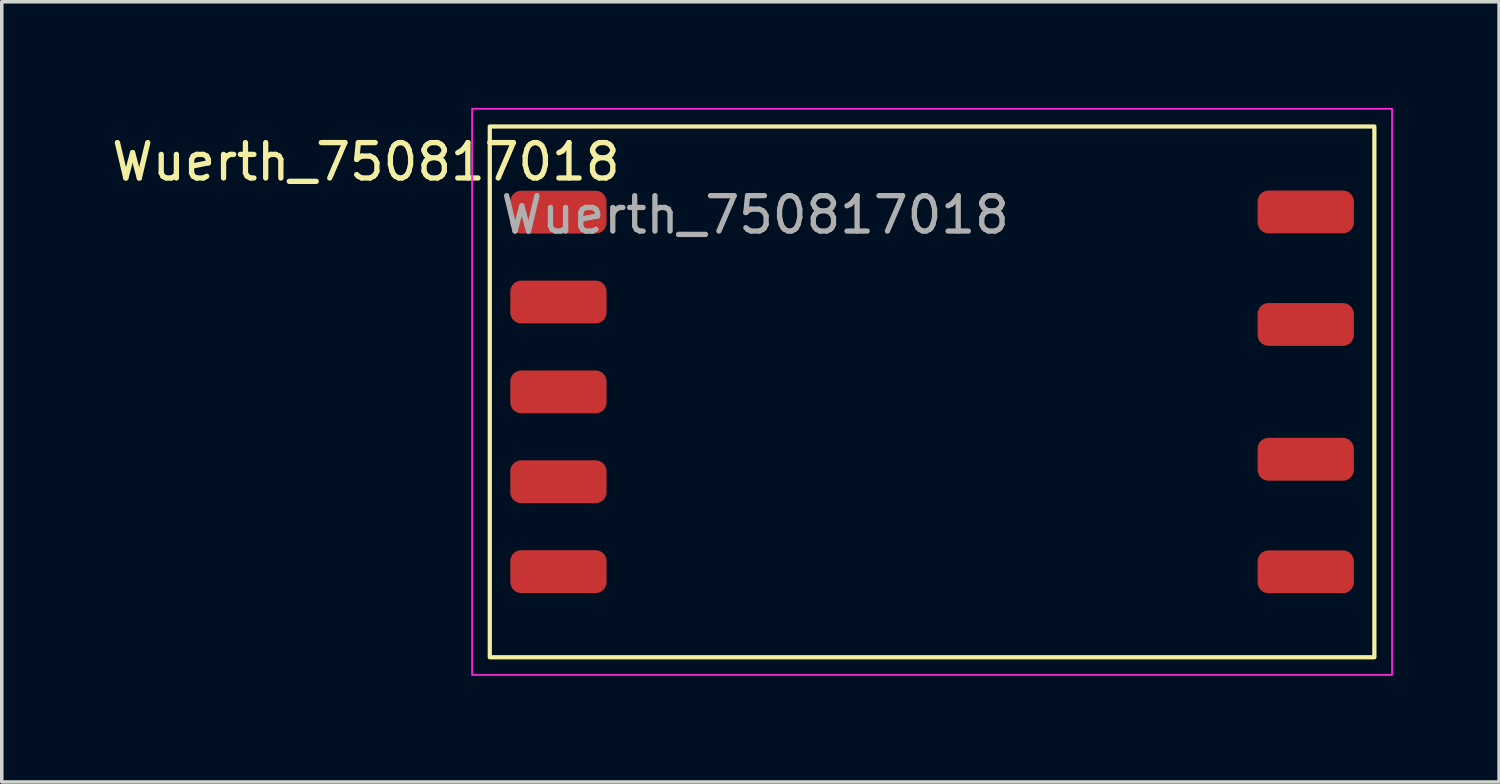
<source format=kicad_pcb>
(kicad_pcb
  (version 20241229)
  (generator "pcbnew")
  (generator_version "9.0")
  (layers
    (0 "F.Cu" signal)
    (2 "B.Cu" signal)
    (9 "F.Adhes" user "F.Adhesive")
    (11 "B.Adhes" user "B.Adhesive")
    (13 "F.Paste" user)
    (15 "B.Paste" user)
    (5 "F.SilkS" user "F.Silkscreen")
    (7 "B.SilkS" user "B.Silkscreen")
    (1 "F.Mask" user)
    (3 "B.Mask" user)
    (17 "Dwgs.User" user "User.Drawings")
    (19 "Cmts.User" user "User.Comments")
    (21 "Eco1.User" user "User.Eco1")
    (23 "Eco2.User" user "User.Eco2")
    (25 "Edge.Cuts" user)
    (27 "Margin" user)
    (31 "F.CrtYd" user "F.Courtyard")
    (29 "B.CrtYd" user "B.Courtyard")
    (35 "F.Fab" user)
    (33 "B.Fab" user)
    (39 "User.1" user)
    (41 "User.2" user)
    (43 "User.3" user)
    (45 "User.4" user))
  (footprint "Wuerth_750817018"
    (layer "F.Cu")
    (at 10.792 0.525)
    (property "Reference" "Wuerth_750817018" (at -3.5 1 0) (unlocked yes) (layer "F.SilkS") (effects (font (size 1 1) (thickness 0.15))))
    (attr smd)
    (fp_rect (start 0 0) (end 25 15) (stroke (width 0.12) (type solid)) (fill no) (layer "F.SilkS"))
    (fp_rect (start -0.5 -0.5) (end 25.5 15.5) (stroke (width 0.05) (type solid)) (fill no) (layer "F.CrtYd"))
    (fp_text user "${REFERENCE}" (at 7.5 2.5 0) (unlocked yes) (layer "F.Fab") (effects (font (size 1 1) (thickness 0.15))))
    (pad "1" smd roundrect (at 1.94 2.42) (size 2.72 1.21) (layers "F.Cu" "F.Mask" "F.Paste") (roundrect_rratio 0.25))
    (pad "2" smd roundrect (at 1.94 4.96) (size 2.72 1.21) (layers "F.Cu" "F.Mask" "F.Paste") (roundrect_rratio 0.25))
    (pad "3" smd roundrect (at 1.94 7.5) (size 2.72 1.21) (layers "F.Cu" "F.Mask" "F.Paste") (roundrect_rratio 0.25))
    (pad "4" smd roundrect (at 1.94 10.04) (size 2.72 1.21) (layers "F.Cu" "F.Mask" "F.Paste") (roundrect_rratio 0.25))
    (pad "5" smd roundrect (at 1.94 12.58) (size 2.72 1.21) (layers "F.Cu" "F.Mask" "F.Paste") (roundrect_rratio 0.25))
    (pad "6" smd roundrect (at 23.06 12.585) (size 2.72 1.21) (layers "F.Cu" "F.Mask" "F.Paste") (roundrect_rratio 0.25))
    (pad "7" smd roundrect (at 23.06 9.405) (size 2.72 1.21) (layers "F.Cu" "F.Mask" "F.Paste") (roundrect_rratio 0.25))
    (pad "8" smd roundrect (at 23.06 5.595) (size 2.72 1.21) (layers "F.Cu" "F.Mask" "F.Paste") (roundrect_rratio 0.25))
    (pad "9" smd roundrect (at 23.06 2.415) (size 2.72 1.21) (layers "F.Cu" "F.Mask" "F.Paste") (roundrect_rratio 0.25)))
  (gr_rect
    (start -3 -3)
    (end 39.317 19.05)
    (stroke (width 0.1) (type default))
    (fill no)
    (layer "Edge.Cuts")))
</source>
